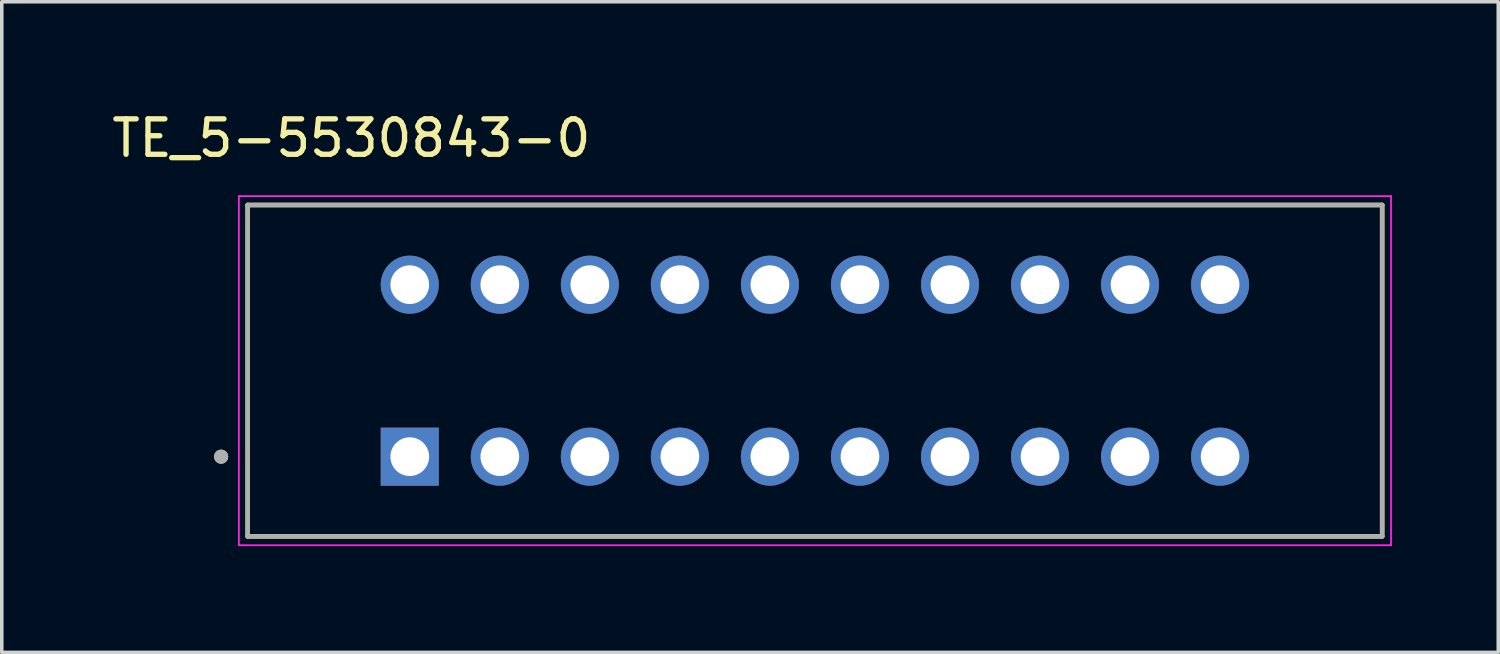
<source format=kicad_pcb>
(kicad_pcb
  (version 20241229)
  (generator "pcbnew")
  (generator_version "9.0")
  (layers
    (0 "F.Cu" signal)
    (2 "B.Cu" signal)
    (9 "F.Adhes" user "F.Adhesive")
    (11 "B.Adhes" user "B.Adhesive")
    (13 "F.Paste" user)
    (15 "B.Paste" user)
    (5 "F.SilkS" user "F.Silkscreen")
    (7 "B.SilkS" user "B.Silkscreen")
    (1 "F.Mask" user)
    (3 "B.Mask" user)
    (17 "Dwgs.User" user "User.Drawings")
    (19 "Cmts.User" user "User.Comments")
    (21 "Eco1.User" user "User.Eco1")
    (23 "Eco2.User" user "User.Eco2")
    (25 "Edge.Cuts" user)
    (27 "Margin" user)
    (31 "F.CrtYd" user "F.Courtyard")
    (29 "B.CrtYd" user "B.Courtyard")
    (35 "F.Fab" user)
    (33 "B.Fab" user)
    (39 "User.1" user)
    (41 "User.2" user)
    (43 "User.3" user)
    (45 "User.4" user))
  (footprint "TE_5-5530843-0"
    (layer "F.Cu")
    (at 19.94 7.407)
    (property "Reference" "TE_5-5530843-0" (at -13.077 -6.559 0) (layer "F.SilkS") (effects (font (size 1 1) (thickness 0.15))))
    (attr through_hole)
    (fp_line (start -16.002 -4.674) (end 16.002 -4.674) (stroke (width 0.127) (type solid)) (layer "F.SilkS"))
    (fp_line (start -16.002 4.674) (end -16.002 -4.674) (stroke (width 0.127) (type solid)) (layer "F.SilkS"))
    (fp_line (start 16.002 -4.674) (end 16.002 4.674) (stroke (width 0.127) (type solid)) (layer "F.SilkS"))
    (fp_line (start 16.002 4.674) (end -16.002 4.674) (stroke (width 0.127) (type solid)) (layer "F.SilkS"))
    (fp_circle (center -16.752 2.426) (end -16.652 2.426) (stroke (width 0.2) (type solid)) (fill no) (layer "F.SilkS"))
    (fp_line (start -16.252 -4.924) (end -16.252 4.924) (stroke (width 0.05) (type solid)) (layer "F.CrtYd"))
    (fp_line (start -16.252 4.924) (end 16.252 4.924) (stroke (width 0.05) (type solid)) (layer "F.CrtYd"))
    (fp_line (start 16.252 -4.924) (end -16.252 -4.924) (stroke (width 0.05) (type solid)) (layer "F.CrtYd"))
    (fp_line (start 16.252 4.924) (end 16.252 -4.924) (stroke (width 0.05) (type solid)) (layer "F.CrtYd"))
    (fp_line (start -16.002 -4.674) (end 16.002 -4.674) (stroke (width 0.127) (type solid)) (layer "F.Fab"))
    (fp_line (start -16.002 4.674) (end -16.002 -4.674) (stroke (width 0.127) (type solid)) (layer "F.Fab"))
    (fp_line (start 16.002 -4.674) (end 16.002 4.674) (stroke (width 0.127) (type solid)) (layer "F.Fab"))
    (fp_line (start 16.002 4.674) (end -16.002 4.674) (stroke (width 0.127) (type solid)) (layer "F.Fab"))
    (fp_circle (center -16.752 2.426) (end -16.652 2.426) (stroke (width 0.2) (type solid)) (fill no) (layer "F.Fab"))
    (pad "1" thru_hole rect (at -11.43 2.426) (size 1.638 1.638) (drill 1.092) (layers "*.Cu" "*.Mask"))
    (pad "2" thru_hole circle (at -11.43 -2.426) (size 1.638 1.638) (drill 1.092) (layers "*.Cu" "*.Mask"))
    (pad "3" thru_hole circle (at -8.89 2.426) (size 1.638 1.638) (drill 1.092) (layers "*.Cu" "*.Mask"))
    (pad "4" thru_hole circle (at -8.89 -2.426) (size 1.638 1.638) (drill 1.092) (layers "*.Cu" "*.Mask"))
    (pad "5" thru_hole circle (at -6.35 2.426) (size 1.638 1.638) (drill 1.092) (layers "*.Cu" "*.Mask"))
    (pad "6" thru_hole circle (at -6.35 -2.426) (size 1.638 1.638) (drill 1.092) (layers "*.Cu" "*.Mask"))
    (pad "7" thru_hole circle (at -3.81 2.426) (size 1.638 1.638) (drill 1.092) (layers "*.Cu" "*.Mask"))
    (pad "8" thru_hole circle (at -3.81 -2.426) (size 1.638 1.638) (drill 1.092) (layers "*.Cu" "*.Mask"))
    (pad "9" thru_hole circle (at -1.27 2.426) (size 1.638 1.638) (drill 1.092) (layers "*.Cu" "*.Mask"))
    (pad "10" thru_hole circle (at -1.27 -2.426) (size 1.638 1.638) (drill 1.092) (layers "*.Cu" "*.Mask"))
    (pad "11" thru_hole circle (at 1.27 2.426) (size 1.638 1.638) (drill 1.092) (layers "*.Cu" "*.Mask"))
    (pad "12" thru_hole circle (at 1.27 -2.426) (size 1.638 1.638) (drill 1.092) (layers "*.Cu" "*.Mask"))
    (pad "13" thru_hole circle (at 3.81 2.426) (size 1.638 1.638) (drill 1.092) (layers "*.Cu" "*.Mask"))
    (pad "14" thru_hole circle (at 3.81 -2.426) (size 1.638 1.638) (drill 1.092) (layers "*.Cu" "*.Mask"))
    (pad "15" thru_hole circle (at 6.35 2.426) (size 1.638 1.638) (drill 1.092) (layers "*.Cu" "*.Mask"))
    (pad "16" thru_hole circle (at 6.35 -2.426) (size 1.638 1.638) (drill 1.092) (layers "*.Cu" "*.Mask"))
    (pad "17" thru_hole circle (at 8.89 2.426) (size 1.638 1.638) (drill 1.092) (layers "*.Cu" "*.Mask"))
    (pad "18" thru_hole circle (at 8.89 -2.426) (size 1.638 1.638) (drill 1.092) (layers "*.Cu" "*.Mask"))
    (pad "19" thru_hole circle (at 11.43 2.426) (size 1.638 1.638) (drill 1.092) (layers "*.Cu" "*.Mask"))
    (pad "20" thru_hole circle (at 11.43 -2.426) (size 1.638 1.638) (drill 1.092) (layers "*.Cu" "*.Mask")))
  (gr_rect
    (start -3 -3)
    (end 39.217 15.355)
    (stroke (width 0.1) (type default))
    (fill no)
    (layer "Edge.Cuts")))
</source>
